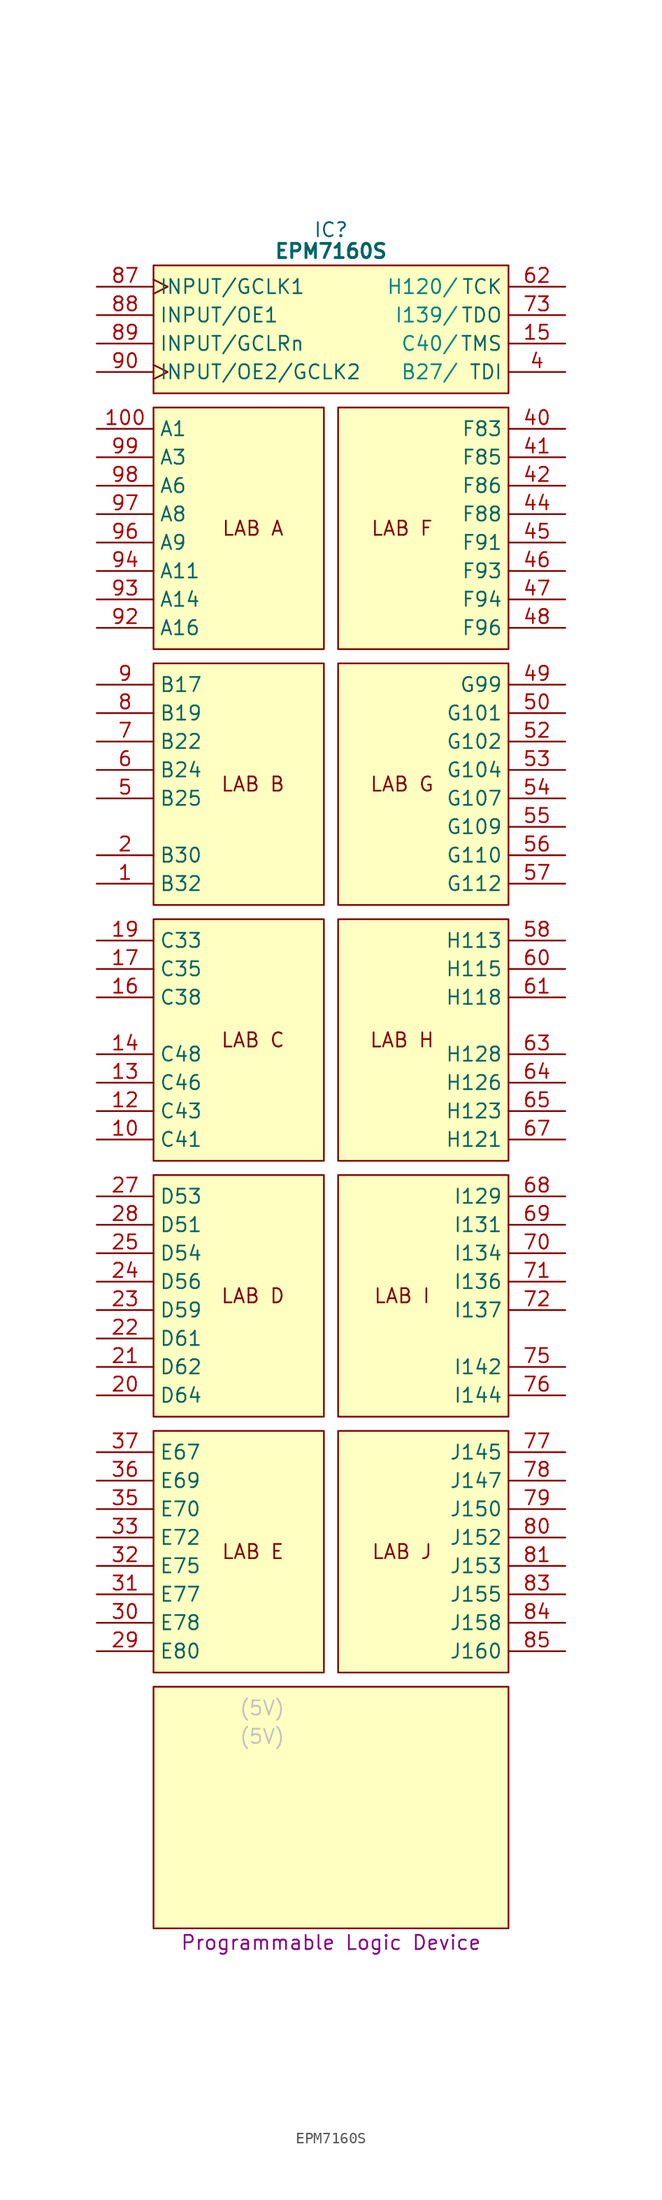
<source format=kicad_sym>
(kicad_symbol_lib
  (version 20231120)
  (generator "kicad_symbol_editor")
  (generator_version "8.0")
  (symbol "EPM7160S"
    (property "Reference" "IC"
      (at 20.955 5.08 0)
      (effects (font (size 1.27 1.27))))
    (property "Value" "EPM7160S"
      (at 20.955 3.175 0)
      (effects (font (size 1.27 1.27) (bold yes))))
    (property "Description" "Programmable Logic Device"
      (at 20.955 -147.955 0)
      (effects (font (size 1.27 1.27))))
    (symbol "EPM7160S_0_1"
      (polyline (pts (xy 5.08 -125.095) (xy 36.83 -125.095) (xy 36.83 -146.685) (xy 5.08 -146.685) (xy 5.08 -125.095)) (stroke (width 0.152) (type default)) (fill (type background)))
      (polyline (pts (xy 5.08 -102.235) (xy 20.32 -102.235) (xy 20.32 -123.825) (xy 5.08 -123.825) (xy 5.08 -102.235)) (stroke (width 0.152) (type default)) (fill (type background)))
      (polyline (pts (xy 5.08 -79.375) (xy 20.32 -79.375) (xy 20.32 -100.965) (xy 5.08 -100.965) (xy 5.08 -79.375)) (stroke (width 0.152) (type default)) (fill (type background)))
      (polyline (pts (xy 5.08 -56.515) (xy 20.32 -56.515) (xy 20.32 -78.105) (xy 5.08 -78.105) (xy 5.08 -56.515)) (stroke (width 0.152) (type default)) (fill (type background)))
      (polyline (pts (xy 5.08 -33.655) (xy 20.32 -33.655) (xy 20.32 -55.245) (xy 5.08 -55.245) (xy 5.08 -33.655)) (stroke (width 0.152) (type default)) (fill (type background)))
      (polyline (pts (xy 5.08 -10.795) (xy 20.32 -10.795) (xy 20.32 -32.385) (xy 5.08 -32.385) (xy 5.08 -10.795)) (stroke (width 0.152) (type default)) (fill (type background)))
      (polyline (pts (xy 5.08 1.905) (xy 36.83 1.905) (xy 36.83 -9.525) (xy 5.08 -9.525) (xy 5.08 1.905)) (stroke (width 0.152) (type default)) (fill (type background)))
      (polyline (pts (xy 21.59 -102.235) (xy 36.83 -102.235) (xy 36.83 -123.825) (xy 21.59 -123.825) (xy 21.59 -102.235)) (stroke (width 0.152) (type default)) (fill (type background)))
      (polyline (pts (xy 21.59 -79.375) (xy 36.83 -79.375) (xy 36.83 -100.965) (xy 21.59 -100.965) (xy 21.59 -79.375)) (stroke (width 0.152) (type default)) (fill (type background)))
      (polyline (pts (xy 21.59 -56.515) (xy 36.83 -56.515) (xy 36.83 -78.105) (xy 21.59 -78.105) (xy 21.59 -56.515)) (stroke (width 0.152) (type default)) (fill (type background)))
      (polyline (pts (xy 21.59 -33.655) (xy 36.83 -33.655) (xy 36.83 -55.245) (xy 21.59 -55.245) (xy 21.59 -33.655)) (stroke (width 0.152) (type default)) (fill (type background)))
      (polyline (pts (xy 21.59 -10.795) (xy 36.83 -10.795) (xy 36.83 -32.385) (xy 21.59 -32.385) (xy 21.59 -10.795)) (stroke (width 0.152) (type default)) (fill (type background))))
    (symbol "EPM7160S_1_0"
      (pin tri_state line (at 0 -53.34 0) (length 5.08) (name "B32" (effects (font (size 1.27 1.27)))) (number "1" (effects (font (size 1.27 1.27)))))
      (pin tri_state line (at 0 -76.2 0) (length 5.08) (name "C41" (effects (font (size 1.27 1.27)))) (number "10" (effects (font (size 1.27 1.27)))))
      (pin tri_state line (at 0 -12.7 0) (length 5.08) (name "A1" (effects (font (size 1.27 1.27)))) (number "100" (effects (font (size 1.27 1.27)))))
      (pin passive line (at 41.91 -144.78 180) (length 5.08) hide (name "GND" (effects (font (size 1.27 1.27)))) (number "11" (effects (font (size 1.27 1.27)))))
      (pin tri_state line (at 0 -73.66 0) (length 5.08) (name "C43" (effects (font (size 1.27 1.27)))) (number "12" (effects (font (size 1.27 1.27)))))
      (pin tri_state line (at 0 -71.12 0) (length 5.08) (name "C46" (effects (font (size 1.27 1.27)))) (number "13" (effects (font (size 1.27 1.27)))))
      (pin tri_state line (at 0 -68.58 0) (length 5.08) (name "C48" (effects (font (size 1.27 1.27)))) (number "14" (effects (font (size 1.27 1.27)))))
      (pin tri_state line (at 41.91 -5.08 180) (length 5.08) (name "TMS" (effects (font (size 1.27 1.27)))) (number "15" (effects (font (size 1.27 1.27)))))
      (pin tri_state line (at 0 -63.5 0) (length 5.08) (name "C38" (effects (font (size 1.27 1.27)))) (number "16" (effects (font (size 1.27 1.27)))))
      (pin tri_state line (at 0 -60.96 0) (length 5.08) (name "C35" (effects (font (size 1.27 1.27)))) (number "17" (effects (font (size 1.27 1.27)))))
      (pin passive line (at 0 -137.16 0) (length 5.08) hide (name "VCCIO" (effects (font (size 1.27 1.27)))) (number "18" (effects (font (size 1.27 1.27)))))
      (pin tri_state line (at 0 -58.42 0) (length 5.08) (name "C33" (effects (font (size 1.27 1.27)))) (number "19" (effects (font (size 1.27 1.27)))))
      (pin tri_state line (at 0 -50.8 0) (length 5.08) (name "B30" (effects (font (size 1.27 1.27)))) (number "2" (effects (font (size 1.27 1.27)))))
      (pin tri_state line (at 0 -99.06 0) (length 5.08) (name "D64" (effects (font (size 1.27 1.27)))) (number "20" (effects (font (size 1.27 1.27)))))
      (pin tri_state line (at 0 -96.52 0) (length 5.08) (name "D62" (effects (font (size 1.27 1.27)))) (number "21" (effects (font (size 1.27 1.27)))))
      (pin tri_state line (at 0 -93.98 0) (length 5.08) (name "D61" (effects (font (size 1.27 1.27)))) (number "22" (effects (font (size 1.27 1.27)))))
      (pin tri_state line (at 0 -91.44 0) (length 5.08) (name "D59" (effects (font (size 1.27 1.27)))) (number "23" (effects (font (size 1.27 1.27)))))
      (pin tri_state line (at 0 -88.9 0) (length 5.08) (name "D56" (effects (font (size 1.27 1.27)))) (number "24" (effects (font (size 1.27 1.27)))))
      (pin tri_state line (at 0 -86.36 0) (length 5.08) (name "D54" (effects (font (size 1.27 1.27)))) (number "25" (effects (font (size 1.27 1.27)))))
      (pin passive line (at 41.91 -142.24 180) (length 5.08) hide (name "GND" (effects (font (size 1.27 1.27)))) (number "26" (effects (font (size 1.27 1.27)))))
      (pin tri_state line (at 0 -81.28 0) (length 5.08) (name "D53" (effects (font (size 1.27 1.27)))) (number "27" (effects (font (size 1.27 1.27)))))
      (pin tri_state line (at 0 -83.82 0) (length 5.08) (name "D51" (effects (font (size 1.27 1.27)))) (number "28" (effects (font (size 1.27 1.27)))))
      (pin tri_state line (at 0 -121.92 0) (length 5.08) (name "E80" (effects (font (size 1.27 1.27)))) (number "29" (effects (font (size 1.27 1.27)))))
      (pin passive line (at 0 -132.08 0) (length 5.08) hide (name "VCCIO" (effects (font (size 1.27 1.27)))) (number "3" (effects (font (size 1.27 1.27)))))
      (pin tri_state line (at 0 -119.38 0) (length 5.08) (name "E78" (effects (font (size 1.27 1.27)))) (number "30" (effects (font (size 1.27 1.27)))))
      (pin tri_state line (at 0 -116.84 0) (length 5.08) (name "E77" (effects (font (size 1.27 1.27)))) (number "31" (effects (font (size 1.27 1.27)))))
      (pin tri_state line (at 0 -114.3 0) (length 5.08) (name "E75" (effects (font (size 1.27 1.27)))) (number "32" (effects (font (size 1.27 1.27)))))
      (pin tri_state line (at 0 -111.76 0) (length 5.08) (name "E72" (effects (font (size 1.27 1.27)))) (number "33" (effects (font (size 1.27 1.27)))))
      (pin passive line (at 0 -144.78 0) (length 5.08) hide (name "VCCIO" (effects (font (size 1.27 1.27)))) (number "34" (effects (font (size 1.27 1.27)))))
      (pin tri_state line (at 0 -109.22 0) (length 5.08) (name "E70" (effects (font (size 1.27 1.27)))) (number "35" (effects (font (size 1.27 1.27)))))
      (pin tri_state line (at 0 -106.68 0) (length 5.08) (name "E69" (effects (font (size 1.27 1.27)))) (number "36" (effects (font (size 1.27 1.27)))))
      (pin tri_state line (at 0 -104.14 0) (length 5.08) (name "E67" (effects (font (size 1.27 1.27)))) (number "37" (effects (font (size 1.27 1.27)))))
      (pin passive line (at 41.91 -139.7 180) (length 5.08) hide (name "GND" (effects (font (size 1.27 1.27)))) (number "38" (effects (font (size 1.27 1.27)))))
      (pin passive line (at 0 -129.54 0) (length 5.08) hide (name "VCCINT" (effects (font (size 1.27 1.27)))) (number "39" (effects (font (size 1.27 1.27)))))
      (pin tri_state line (at 41.91 -7.62 180) (length 5.08) (name "TDI" (effects (font (size 1.27 1.27)))) (number "4" (effects (font (size 1.27 1.27)))))
      (pin tri_state line (at 41.91 -12.7 180) (length 5.08) (name "F83" (effects (font (size 1.27 1.27)))) (number "40" (effects (font (size 1.27 1.27)))))
      (pin tri_state line (at 41.91 -15.24 180) (length 5.08) (name "F85" (effects (font (size 1.27 1.27)))) (number "41" (effects (font (size 1.27 1.27)))))
      (pin tri_state line (at 41.91 -17.78 180) (length 5.08) (name "F86" (effects (font (size 1.27 1.27)))) (number "42" (effects (font (size 1.27 1.27)))))
      (pin passive line (at 41.91 -137.16 180) (length 5.08) hide (name "GND" (effects (font (size 1.27 1.27)))) (number "43" (effects (font (size 1.27 1.27)))))
      (pin tri_state line (at 41.91 -20.32 180) (length 5.08) (name "F88" (effects (font (size 1.27 1.27)))) (number "44" (effects (font (size 1.27 1.27)))))
      (pin tri_state line (at 41.91 -22.86 180) (length 5.08) (name "F91" (effects (font (size 1.27 1.27)))) (number "45" (effects (font (size 1.27 1.27)))))
      (pin tri_state line (at 41.91 -25.4 180) (length 5.08) (name "F93" (effects (font (size 1.27 1.27)))) (number "46" (effects (font (size 1.27 1.27)))))
      (pin tri_state line (at 41.91 -27.94 180) (length 5.08) (name "F94" (effects (font (size 1.27 1.27)))) (number "47" (effects (font (size 1.27 1.27)))))
      (pin tri_state line (at 41.91 -30.48 180) (length 5.08) (name "F96" (effects (font (size 1.27 1.27)))) (number "48" (effects (font (size 1.27 1.27)))))
      (pin tri_state line (at 41.91 -35.56 180) (length 5.08) (name "G99" (effects (font (size 1.27 1.27)))) (number "49" (effects (font (size 1.27 1.27)))))
      (pin tri_state line (at 0 -45.72 0) (length 5.08) (name "B25" (effects (font (size 1.27 1.27)))) (number "5" (effects (font (size 1.27 1.27)))))
      (pin tri_state line (at 41.91 -38.1 180) (length 5.08) (name "G101" (effects (font (size 1.27 1.27)))) (number "50" (effects (font (size 1.27 1.27)))))
      (pin passive line (at 0 -142.24 0) (length 5.08) hide (name "VCCIO" (effects (font (size 1.27 1.27)))) (number "51" (effects (font (size 1.27 1.27)))))
      (pin tri_state line (at 41.91 -40.64 180) (length 5.08) (name "G102" (effects (font (size 1.27 1.27)))) (number "52" (effects (font (size 1.27 1.27)))))
      (pin tri_state line (at 41.91 -43.18 180) (length 5.08) (name "G104" (effects (font (size 1.27 1.27)))) (number "53" (effects (font (size 1.27 1.27)))))
      (pin tri_state line (at 41.91 -45.72 180) (length 5.08) (name "G107" (effects (font (size 1.27 1.27)))) (number "54" (effects (font (size 1.27 1.27)))))
      (pin tri_state line (at 41.91 -48.26 180) (length 5.08) (name "G109" (effects (font (size 1.27 1.27)))) (number "55" (effects (font (size 1.27 1.27)))))
      (pin tri_state line (at 41.91 -50.8 180) (length 5.08) (name "G110" (effects (font (size 1.27 1.27)))) (number "56" (effects (font (size 1.27 1.27)))))
      (pin tri_state line (at 41.91 -53.34 180) (length 5.08) (name "G112" (effects (font (size 1.27 1.27)))) (number "57" (effects (font (size 1.27 1.27)))))
      (pin tri_state line (at 41.91 -58.42 180) (length 5.08) (name "H113" (effects (font (size 1.27 1.27)))) (number "58" (effects (font (size 1.27 1.27)))))
      (pin passive line (at 41.91 -134.62 180) (length 5.08) hide (name "GND" (effects (font (size 1.27 1.27)))) (number "59" (effects (font (size 1.27 1.27)))))
      (pin tri_state line (at 0 -43.18 0) (length 5.08) (name "B24" (effects (font (size 1.27 1.27)))) (number "6" (effects (font (size 1.27 1.27)))))
      (pin tri_state line (at 41.91 -60.96 180) (length 5.08) (name "H115" (effects (font (size 1.27 1.27)))) (number "60" (effects (font (size 1.27 1.27)))))
      (pin tri_state line (at 41.91 -63.5 180) (length 5.08) (name "H118" (effects (font (size 1.27 1.27)))) (number "61" (effects (font (size 1.27 1.27)))))
      (pin tri_state line (at 41.91 0 180) (length 5.08) (name "TCK" (effects (font (size 1.27 1.27)))) (number "62" (effects (font (size 1.27 1.27)))))
      (pin tri_state line (at 41.91 -68.58 180) (length 5.08) (name "H128" (effects (font (size 1.27 1.27)))) (number "63" (effects (font (size 1.27 1.27)))))
      (pin tri_state line (at 41.91 -71.12 180) (length 5.08) (name "H126" (effects (font (size 1.27 1.27)))) (number "64" (effects (font (size 1.27 1.27)))))
      (pin tri_state line (at 41.91 -73.66 180) (length 5.08) (name "H123" (effects (font (size 1.27 1.27)))) (number "65" (effects (font (size 1.27 1.27)))))
      (pin passive line (at 0 -134.62 0) (length 5.08) hide (name "VCCIO" (effects (font (size 1.27 1.27)))) (number "66" (effects (font (size 1.27 1.27)))))
      (pin tri_state line (at 41.91 -76.2 180) (length 5.08) (name "H121" (effects (font (size 1.27 1.27)))) (number "67" (effects (font (size 1.27 1.27)))))
      (pin tri_state line (at 41.91 -81.28 180) (length 5.08) (name "I129" (effects (font (size 1.27 1.27)))) (number "68" (effects (font (size 1.27 1.27)))))
      (pin tri_state line (at 41.91 -83.82 180) (length 5.08) (name "I131" (effects (font (size 1.27 1.27)))) (number "69" (effects (font (size 1.27 1.27)))))
      (pin tri_state line (at 0 -40.64 0) (length 5.08) (name "B22" (effects (font (size 1.27 1.27)))) (number "7" (effects (font (size 1.27 1.27)))))
      (pin tri_state line (at 41.91 -86.36 180) (length 5.08) (name "I134" (effects (font (size 1.27 1.27)))) (number "70" (effects (font (size 1.27 1.27)))))
      (pin tri_state line (at 41.91 -88.9 180) (length 5.08) (name "I136" (effects (font (size 1.27 1.27)))) (number "71" (effects (font (size 1.27 1.27)))))
      (pin tri_state line (at 41.91 -91.44 180) (length 5.08) (name "I137" (effects (font (size 1.27 1.27)))) (number "72" (effects (font (size 1.27 1.27)))))
      (pin tri_state line (at 41.91 -2.54 180) (length 5.08) (name "TDO" (effects (font (size 1.27 1.27)))) (number "73" (effects (font (size 1.27 1.27)))))
      (pin passive line (at 41.91 -132.08 180) (length 5.08) hide (name "GND" (effects (font (size 1.27 1.27)))) (number "74" (effects (font (size 1.27 1.27)))))
      (pin tri_state line (at 41.91 -96.52 180) (length 5.08) (name "I142" (effects (font (size 1.27 1.27)))) (number "75" (effects (font (size 1.27 1.27)))))
      (pin tri_state line (at 41.91 -99.06 180) (length 5.08) (name "I144" (effects (font (size 1.27 1.27)))) (number "76" (effects (font (size 1.27 1.27)))))
      (pin tri_state line (at 41.91 -104.14 180) (length 5.08) (name "J145" (effects (font (size 1.27 1.27)))) (number "77" (effects (font (size 1.27 1.27)))))
      (pin tri_state line (at 41.91 -106.68 180) (length 5.08) (name "J147" (effects (font (size 1.27 1.27)))) (number "78" (effects (font (size 1.27 1.27)))))
      (pin tri_state line (at 41.91 -109.22 180) (length 5.08) (name "J150" (effects (font (size 1.27 1.27)))) (number "79" (effects (font (size 1.27 1.27)))))
      (pin tri_state line (at 0 -38.1 0) (length 5.08) (name "B19" (effects (font (size 1.27 1.27)))) (number "8" (effects (font (size 1.27 1.27)))))
      (pin tri_state line (at 41.91 -111.76 180) (length 5.08) (name "J152" (effects (font (size 1.27 1.27)))) (number "80" (effects (font (size 1.27 1.27)))))
      (pin tri_state line (at 41.91 -114.3 180) (length 5.08) (name "J153" (effects (font (size 1.27 1.27)))) (number "81" (effects (font (size 1.27 1.27)))))
      (pin passive line (at 0 -139.7 0) (length 5.08) hide (name "VCCIO" (effects (font (size 1.27 1.27)))) (number "82" (effects (font (size 1.27 1.27)))))
      (pin tri_state line (at 41.91 -116.84 180) (length 5.08) (name "J155" (effects (font (size 1.27 1.27)))) (number "83" (effects (font (size 1.27 1.27)))))
      (pin tri_state line (at 41.91 -119.38 180) (length 5.08) (name "J158" (effects (font (size 1.27 1.27)))) (number "84" (effects (font (size 1.27 1.27)))))
      (pin tri_state line (at 41.91 -121.92 180) (length 5.08) (name "J160" (effects (font (size 1.27 1.27)))) (number "85" (effects (font (size 1.27 1.27)))))
      (pin passive line (at 41.91 -129.54 180) (length 5.08) hide (name "GND" (effects (font (size 1.27 1.27)))) (number "86" (effects (font (size 1.27 1.27)))))
      (pin input clock (at 0 0 0) (length 5.08) (name "INPUT/GCLK1" (effects (font (size 1.27 1.27)))) (number "87" (effects (font (size 1.27 1.27)))))
      (pin input line (at 0 -2.54 0) (length 5.08) (name "INPUT/OE1" (effects (font (size 1.27 1.27)))) (number "88" (effects (font (size 1.27 1.27)))))
      (pin input line (at 0 -5.08 0) (length 5.08) (name "INPUT/GCLRn" (effects (font (size 1.27 1.27)))) (number "89" (effects (font (size 1.27 1.27)))))
      (pin tri_state line (at 0 -35.56 0) (length 5.08) (name "B17" (effects (font (size 1.27 1.27)))) (number "9" (effects (font (size 1.27 1.27)))))
      (pin input clock (at 0 -7.62 0) (length 5.08) (name "INPUT/OE2/GCLK2" (effects (font (size 1.27 1.27)))) (number "90" (effects (font (size 1.27 1.27)))))
      (pin passive line (at 0 -127 0) (length 5.08) hide (name "VCCINT" (effects (font (size 1.27 1.27)))) (number "91" (effects (font (size 1.27 1.27)))))
      (pin tri_state line (at 0 -30.48 0) (length 5.08) (name "A16" (effects (font (size 1.27 1.27)))) (number "92" (effects (font (size 1.27 1.27)))))
      (pin tri_state line (at 0 -27.94 0) (length 5.08) (name "A14" (effects (font (size 1.27 1.27)))) (number "93" (effects (font (size 1.27 1.27)))))
      (pin tri_state line (at 0 -25.4 0) (length 5.08) (name "A11" (effects (font (size 1.27 1.27)))) (number "94" (effects (font (size 1.27 1.27)))))
      (pin passive line (at 41.91 -127 180) (length 5.08) hide (name "GND" (effects (font (size 1.27 1.27)))) (number "95" (effects (font (size 1.27 1.27)))))
      (pin tri_state line (at 0 -22.86 0) (length 5.08) (name "A9" (effects (font (size 1.27 1.27)))) (number "96" (effects (font (size 1.27 1.27)))))
      (pin tri_state line (at 0 -20.32 0) (length 5.08) (name "A8" (effects (font (size 1.27 1.27)))) (number "97" (effects (font (size 1.27 1.27)))))
      (pin tri_state line (at 0 -17.78 0) (length 5.08) (name "A6" (effects (font (size 1.27 1.27)))) (number "98" (effects (font (size 1.27 1.27)))))
      (pin tri_state line (at 0 -15.24 0) (length 5.08) (name "A3" (effects (font (size 1.27 1.27)))) (number "99" (effects (font (size 1.27 1.27))))))
    (symbol "EPM7160S_1_1"
      (text "(5V)" (at 12.7 -129.54 0) (effects (font (size 1.27 1.27) (color 194 194 194 1)) (justify left)))
      (text "(5V)" (at 12.7 -127 0) (effects (font (size 1.27 1.27) (color 194 194 194 1)) (justify left)))
      (text "B27/" (at 32.385 -7.62 0) (effects (font (size 1.27 1.27) (color 0 132 132 1)) (justify right)))
      (text "C40/" (at 32.385 -5.08 0) (effects (font (size 1.27 1.27) (color 0 132 132 1)) (justify right)))
      (text "H120/" (at 32.385 0 0) (effects (font (size 1.27 1.27) (color 0 132 132 1)) (justify right)))
      (text "I139/" (at 32.385 -2.54 0) (effects (font (size 1.27 1.27) (color 0 132 132 1)) (justify right)))
      (text "LAB A" (at 13.97 -21.59 0) (effects (font (size 1.27 1.27))))
      (text "LAB B" (at 13.97 -44.45 0) (effects (font (size 1.27 1.27))))
      (text "LAB C" (at 13.97 -67.31 0) (effects (font (size 1.27 1.27))))
      (text "LAB D" (at 13.97 -90.17 0) (effects (font (size 1.27 1.27))))
      (text "LAB E" (at 13.97 -113.03 0) (effects (font (size 1.27 1.27))))
      (text "LAB F" (at 27.305 -21.59 0) (effects (font (size 1.27 1.27))))
      (text "LAB G" (at 27.305 -44.45 0) (effects (font (size 1.27 1.27))))
      (text "LAB H" (at 27.305 -67.31 0) (effects (font (size 1.27 1.27))))
      (text "LAB I" (at 27.305 -90.17 0) (effects (font (size 1.27 1.27))))
      (text "LAB J" (at 27.305 -113.03 0) (effects (font (size 1.27 1.27)))))))
</source>
